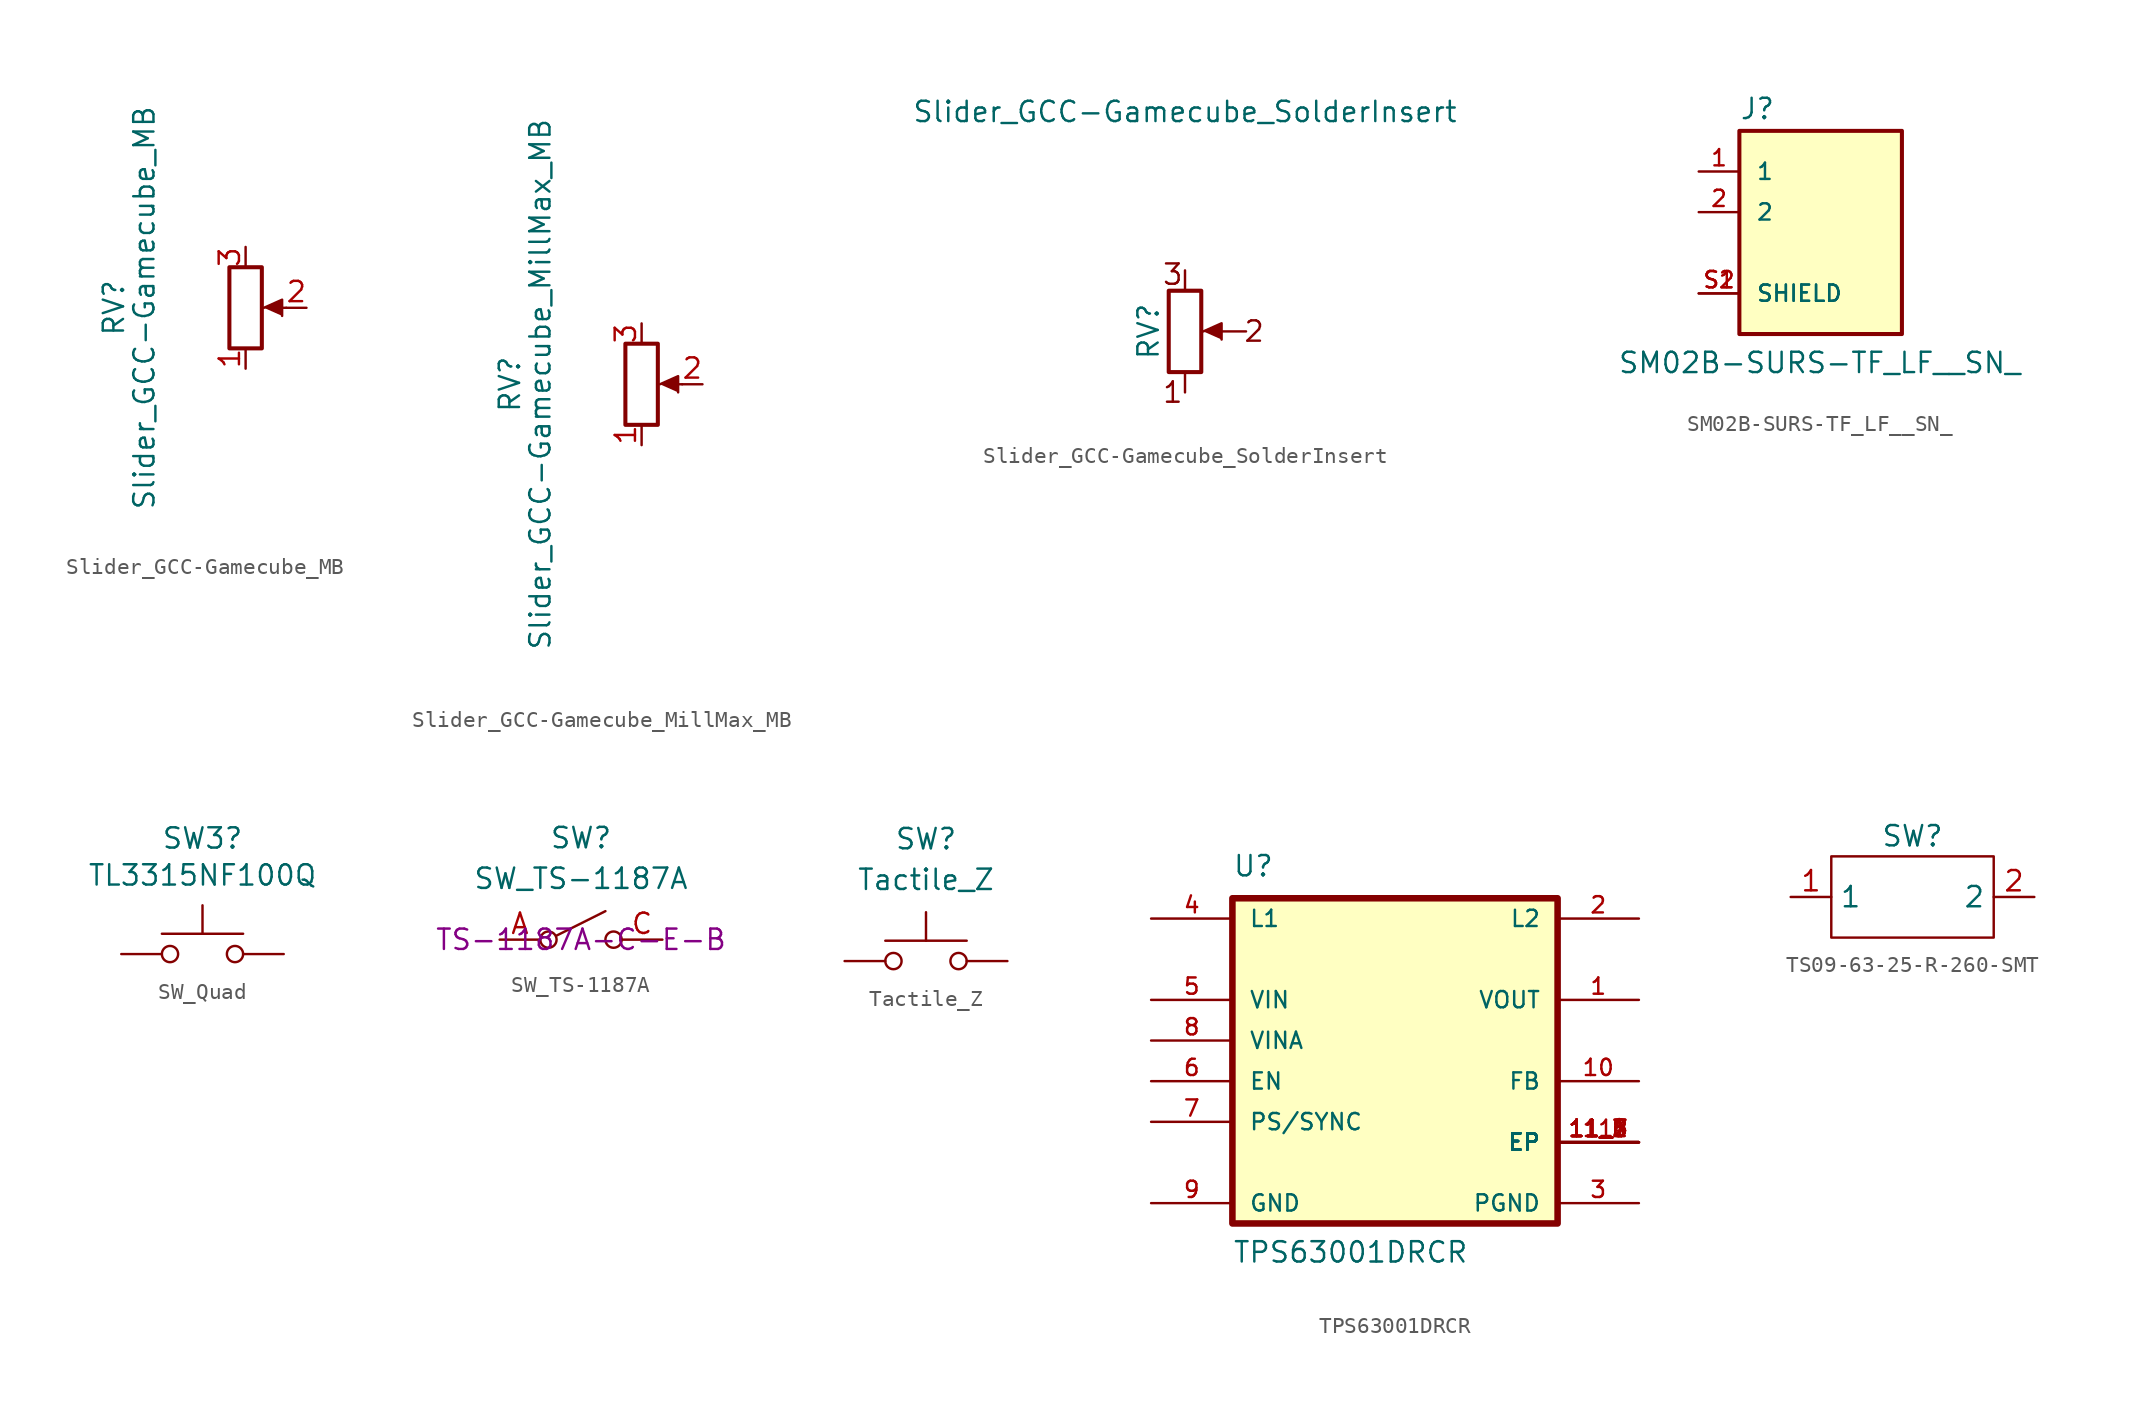
<source format=kicad_sym>
(kicad_symbol_lib
  (version 20231120)
  (generator "kicad_symbol_editor")
  (generator_version "8.0")
  (symbol "Slider_GCC-Gamecube_MB"
    (pin_names
      (offset 1.016) hide)
    (property "Reference" "RV"
      (at -8.255 0 90)
      (effects (font (size 1.27 1.27))))
    (property "Value" "Slider_GCC-Gamecube_MB"
      (at -6.35 0 90)
      (effects (font (size 1.27 1.27))))
    (symbol "Slider_GCC-Gamecube_MB_0_1"
      (rectangle (start -1.016 2.54) (end 1.016 -2.54) (stroke (width 0.254) (type default)) (fill (type none)))
      (polyline (pts (xy 2.54 0) (xy 1.524 0)) (stroke (width 0) (type default)) (fill (type none)))
      (polyline (pts (xy 1.143 0) (xy 2.286 0.508) (xy 2.286 -0.508)) (stroke (width 0) (type default)) (fill (type outline))))
    (symbol "Slider_GCC-Gamecube_MB_1_1"
      (pin passive line (at 0 -3.81 90) (length 1.27) (name "GND" (effects (font (size 1.27 1.27)))) (number "1" (effects (font (size 1.27 1.27)))))
      (pin passive line (at 3.81 0 180) (length 1.27) (name "Signal" (effects (font (size 1.27 1.27)))) (number "2" (effects (font (size 1.27 1.27)))))
      (pin passive line (at 0 3.81 270) (length 1.27) (name "V+" (effects (font (size 1.27 1.27)))) (number "3" (effects (font (size 1.27 1.27)))))))
  (symbol "Slider_GCC-Gamecube_MillMax_MB"
    (pin_names
      (offset 1.016) hide)
    (property "Reference" "RV"
      (at -8.255 0 90)
      (effects (font (size 1.27 1.27))))
    (property "Value" "Slider_GCC-Gamecube_MillMax_MB"
      (at -6.35 0 90)
      (effects (font (size 1.27 1.27))))
    (symbol "Slider_GCC-Gamecube_MillMax_MB_0_1"
      (polyline (pts (xy 2.54 0) (xy 1.524 0)) (stroke (width 0) (type default)) (fill (type none)))
      (polyline (pts (xy 1.143 0) (xy 2.286 0.508) (xy 2.286 -0.508)) (stroke (width 0) (type default)) (fill (type outline)))
      (rectangle (start 1.016 2.54) (end -1.016 -2.54) (stroke (width 0.254) (type default)) (fill (type none))))
    (symbol "Slider_GCC-Gamecube_MillMax_MB_1_1"
      (pin passive line (at 0 -3.81 90) (length 1.27) (name "GND" (effects (font (size 1.27 1.27)))) (number "1" (effects (font (size 1.27 1.27)))))
      (pin passive line (at 3.81 0 180) (length 1.27) (name "Signal" (effects (font (size 1.27 1.27)))) (number "2" (effects (font (size 1.27 1.27)))))
      (pin passive line (at 0 3.81 270) (length 1.27) (name "V+" (effects (font (size 1.27 1.27)))) (number "3" (effects (font (size 1.27 1.27)))))))
  (symbol "Slider_GCC-Gamecube_SolderInsert"
    (pin_names
      (offset 1.016) hide)
    (property "Reference" "RV"
      (at -2.286 0 90)
      (effects (font (size 1.27 1.27))))
    (property "Value" "Slider_GCC-Gamecube_SolderInsert"
      (at 0 13.716 0)
      (effects (font (size 1.27 1.27))))
    (symbol "Slider_GCC-Gamecube_SolderInsert_0_1"
      (rectangle (start -1.016 2.54) (end 1.016 -2.54) (stroke (width 0.254) (type default)) (fill (type none)))
      (polyline (pts (xy 0 -3.81) (xy 0 -2.54)) (stroke (width 0) (type default)) (fill (type none)))
      (polyline (pts (xy 0 2.54) (xy 0 3.81)) (stroke (width 0) (type default)) (fill (type none)))
      (polyline (pts (xy 3.81 0) (xy 1.524 0)) (stroke (width 0) (type default)) (fill (type none)))
      (polyline (pts (xy 1.143 0) (xy 2.286 0.508) (xy 2.286 -0.508)) (stroke (width 0) (type default)) (fill (type outline))))
    (symbol "Slider_GCC-Gamecube_SolderInsert_1_1"
      (text "1" (at -0.762 -3.81 0) (effects (font (size 1.27 1.27))))
      (text "2" (at 4.318 0 0) (effects (font (size 1.27 1.27))))
      (text "3" (at -0.762 3.556 0) (effects (font (size 1.27 1.27))))))
  (symbol "SM02B-SURS-TF_LF__SN_"
    (pin_names
      (offset 1.016))
    (property "Reference" "J"
      (at -5.08 5.716 0)
      (effects (font (size 1.27 1.27)) (justify left bottom)))
    (property "Value" "SM02B-SURS-TF_LF__SN_"
      (at -12.7 -10.16 0)
      (effects (font (size 1.27 1.27)) (justify left bottom)))
    (symbol "SM02B-SURS-TF_LF__SN__0_0"
      (rectangle (start -5.08 -7.62) (end 5.08 5.08) (stroke (width 0.254) (type default)) (fill (type background)))
      (pin passive line (at -7.62 2.54 0) (length 2.54) (name "1" (effects (font (size 1.016 1.016)))) (number "1" (effects (font (size 1.016 1.016)))))
      (pin passive line (at -7.62 0 0) (length 2.54) (name "2" (effects (font (size 1.016 1.016)))) (number "2" (effects (font (size 1.016 1.016)))))
      (pin passive line (at -7.62 -5.08 0) (length 2.54) (name "SHIELD" (effects (font (size 1.016 1.016)))) (number "S1" (effects (font (size 1.016 1.016)))))
      (pin passive line (at -7.62 -5.08 0) (length 2.54) (name "SHIELD" (effects (font (size 1.016 1.016)))) (number "S2" (effects (font (size 1.016 1.016)))))))
  (symbol "SW_Quad"
    (pin_numbers hide)
    (pin_names
      (offset 1.016) hide)
    (property "Reference" "SW3"
      (at 0 7.239 0)
      (effects (font (size 1.27 1.27))))
    (property "Value" " TL3315NF100Q"
      (at 0 4.928 0)
      (effects (font (size 1.27 1.27))))
    (symbol "SW_Quad_0_1"
      (circle (center -2.032 0) (radius 0.508) (stroke (width 0) (type default)) (fill (type none)))
      (polyline (pts (xy 0 1.27) (xy 0 3.048)) (stroke (width 0) (type default)) (fill (type none)))
      (polyline (pts (xy 2.54 1.27) (xy -2.54 1.27)) (stroke (width 0) (type default)) (fill (type none)))
      (circle (center 2.032 0) (radius 0.508) (stroke (width 0) (type default)) (fill (type none)))
      (pin passive line (at -5.08 0 0) (length 2.54) (name "1" (effects (font (size 1.27 1.27)))) (number "1" (effects (font (size 1.27 1.27))))))
    (symbol "SW_Quad_1_1"
      (pin passive line (at -5.08 0 0) (length 2.54) hide (name "2" (effects (font (size 1.27 1.27)))) (number "2" (effects (font (size 1.27 1.27)))))
      (pin passive line (at 5.08 0 180) (length 2.54) (name "3" (effects (font (size 1.27 1.27)))) (number "3" (effects (font (size 1.27 1.27)))))
      (pin passive line (at 5.08 0 180) (length 2.54) hide (name "4" (effects (font (size 1.27 1.27)))) (number "4" (effects (font (size 1.27 1.27)))))))
  (symbol "SW_TS-1187A"
    (pin_names
      (offset 0) hide)
    (property "Reference" "SW"
      (at 0 6.35 0)
      (effects (font (size 1.27 1.27))))
    (property "Value" "SW_TS-1187A"
      (at 0 3.81 0)
      (effects (font (size 1.27 1.27))))
    (property "MPN" "TS-1187A-C-E-B"
      (at 0 0 0)
      (effects (font (size 1.27 1.27))))
    (symbol "SW_TS-1187A_0_0"
      (circle (center -2.032 0) (radius 0.508) (stroke (width 0) (type default)) (fill (type none)))
      (polyline (pts (xy -1.524 0.254) (xy 1.524 1.778)) (stroke (width 0) (type default)) (fill (type none)))
      (circle (center 2.032 0) (radius 0.508) (stroke (width 0) (type default)) (fill (type none))))
    (symbol "SW_TS-1187A_1_1"
      (pin passive line (at -5.08 0 0) (length 2.54) (name "A" (effects (font (size 1.27 1.27)))) (number "A" (effects (font (size 1.27 1.27)))))
      (pin passive line (at -5.08 0 0) (length 2.54) hide (name "B" (effects (font (size 1.27 1.27)))) (number "B" (effects (font (size 1.27 1.27)))))
      (pin passive line (at 5.08 0 180) (length 2.54) (name "C" (effects (font (size 1.27 1.27)))) (number "C" (effects (font (size 1.27 1.27)))))
      (pin passive line (at 5.08 0 180) (length 2.54) hide (name "D" (effects (font (size 1.27 1.27)))) (number "D" (effects (font (size 1.27 1.27)))))))
  (symbol "Tactile_Z"
    (pin_numbers hide)
    (pin_names
      (offset 1.016) hide)
    (property "Reference" "SW"
      (at 0 7.62 0)
      (effects (font (size 1.27 1.27))))
    (property "Value" "Tactile_Z"
      (at 0 5.08 0)
      (effects (font (size 1.27 1.27))))
    (symbol "Tactile_Z_0_1"
      (circle (center -2.032 0) (radius 0.508) (stroke (width 0) (type default)) (fill (type none)))
      (polyline (pts (xy 0 1.27) (xy 0 3.048)) (stroke (width 0) (type default)) (fill (type none)))
      (polyline (pts (xy 2.54 1.27) (xy -2.54 1.27)) (stroke (width 0) (type default)) (fill (type none)))
      (circle (center 2.032 0) (radius 0.508) (stroke (width 0) (type default)) (fill (type none)))
      (pin passive line (at -5.08 0 0) (length 2.54) (name "1" (effects (font (size 1.27 1.27)))) (number "1" (effects (font (size 1.27 1.27)))))
      (pin passive line (at 5.08 0 180) (length 2.54) (name "2" (effects (font (size 1.27 1.27)))) (number "2" (effects (font (size 1.27 1.27)))))))
  (symbol "TPS63001DRCR"
    (pin_names
      (offset 1.016))
    (property "Reference" "U"
      (at -10.16 10.16 0)
      (effects (font (size 1.27 1.27)) (justify left bottom)))
    (property "Value" "TPS63001DRCR"
      (at -10.16 -13.97 0)
      (effects (font (size 1.27 1.27)) (justify left bottom)))
    (symbol "TPS63001DRCR_0_0"
      (rectangle (start -10.16 8.89) (end 10.16 -11.43) (stroke (width 0.41) (type default)) (fill (type background)))
      (pin output line (at 15.24 2.54 180) (length 5.08) (name "VOUT" (effects (font (size 1.016 1.016)))) (number "1" (effects (font (size 1.016 1.016)))))
      (pin input line (at 15.24 -2.54 180) (length 5.08) (name "FB" (effects (font (size 1.016 1.016)))) (number "10" (effects (font (size 1.016 1.016)))))
      (pin power_in line (at 15.24 -6.35 180) (length 5.08) (name "EP" (effects (font (size 1.016 1.016)))) (number "11" (effects (font (size 1.016 1.016)))))
      (pin power_in line (at 15.24 -6.35 180) (length 5.08) (name "EP" (effects (font (size 1.016 1.016)))) (number "11_1" (effects (font (size 1.016 1.016)))))
      (pin power_in line (at 15.24 -6.35 180) (length 5.08) (name "EP" (effects (font (size 1.016 1.016)))) (number "11_2" (effects (font (size 1.016 1.016)))))
      (pin power_in line (at 15.24 -6.35 180) (length 5.08) (name "EP" (effects (font (size 1.016 1.016)))) (number "11_3" (effects (font (size 1.016 1.016)))))
      (pin power_in line (at 15.24 -6.35 180) (length 5.08) (name "EP" (effects (font (size 1.016 1.016)))) (number "11_4" (effects (font (size 1.016 1.016)))))
      (pin power_in line (at 15.24 -6.35 180) (length 5.08) (name "EP" (effects (font (size 1.016 1.016)))) (number "11_5" (effects (font (size 1.016 1.016)))))
      (pin power_in line (at 15.24 -6.35 180) (length 5.08) (name "EP" (effects (font (size 1.016 1.016)))) (number "11_6" (effects (font (size 1.016 1.016)))))
      (pin power_in line (at 15.24 -6.35 180) (length 5.08) (name "EP" (effects (font (size 1.016 1.016)))) (number "11_7" (effects (font (size 1.016 1.016)))))
      (pin power_in line (at 15.24 -6.35 180) (length 5.08) (name "EP" (effects (font (size 1.016 1.016)))) (number "11_8" (effects (font (size 1.016 1.016)))))
      (pin input line (at 15.24 7.62 180) (length 5.08) (name "L2" (effects (font (size 1.016 1.016)))) (number "2" (effects (font (size 1.016 1.016)))))
      (pin power_in line (at 15.24 -10.16 180) (length 5.08) (name "PGND" (effects (font (size 1.016 1.016)))) (number "3" (effects (font (size 1.016 1.016)))))
      (pin input line (at -15.24 7.62 0) (length 5.08) (name "L1" (effects (font (size 1.016 1.016)))) (number "4" (effects (font (size 1.016 1.016)))))
      (pin input line (at -15.24 2.54 0) (length 5.08) (name "VIN" (effects (font (size 1.016 1.016)))) (number "5" (effects (font (size 1.016 1.016)))))
      (pin input line (at -15.24 -2.54 0) (length 5.08) (name "EN" (effects (font (size 1.016 1.016)))) (number "6" (effects (font (size 1.016 1.016)))))
      (pin input line (at -15.24 -5.08 0) (length 5.08) (name "PS/SYNC" (effects (font (size 1.016 1.016)))) (number "7" (effects (font (size 1.016 1.016)))))
      (pin input line (at -15.24 0 0) (length 5.08) (name "VINA" (effects (font (size 1.016 1.016)))) (number "8" (effects (font (size 1.016 1.016)))))
      (pin power_in line (at -15.24 -10.16 0) (length 5.08) (name "GND" (effects (font (size 1.016 1.016)))) (number "9" (effects (font (size 1.016 1.016)))))))
  (symbol "TS09-63-25-R-260-SMT"
    (property "Reference" "SW"
      (at 0 3.81 0)
      (effects (font (size 1.27 1.27))))
    (symbol "TS09-63-25-R-260-SMT_0_1"
      (rectangle (start -5.08 2.54) (end 5.08 -2.54) (stroke (width 0) (type default)) (fill (type none))))
    (symbol "TS09-63-25-R-260-SMT_1_1"
      (pin input line (at -7.62 0 0) (length 2.54) (name "1" (effects (font (size 1.27 1.27)))) (number "1" (effects (font (size 1.27 1.27)))))
      (pin input line (at 7.62 0 180) (length 2.54) (name "2" (effects (font (size 1.27 1.27)))) (number "2" (effects (font (size 1.27 1.27))))))))
</source>
